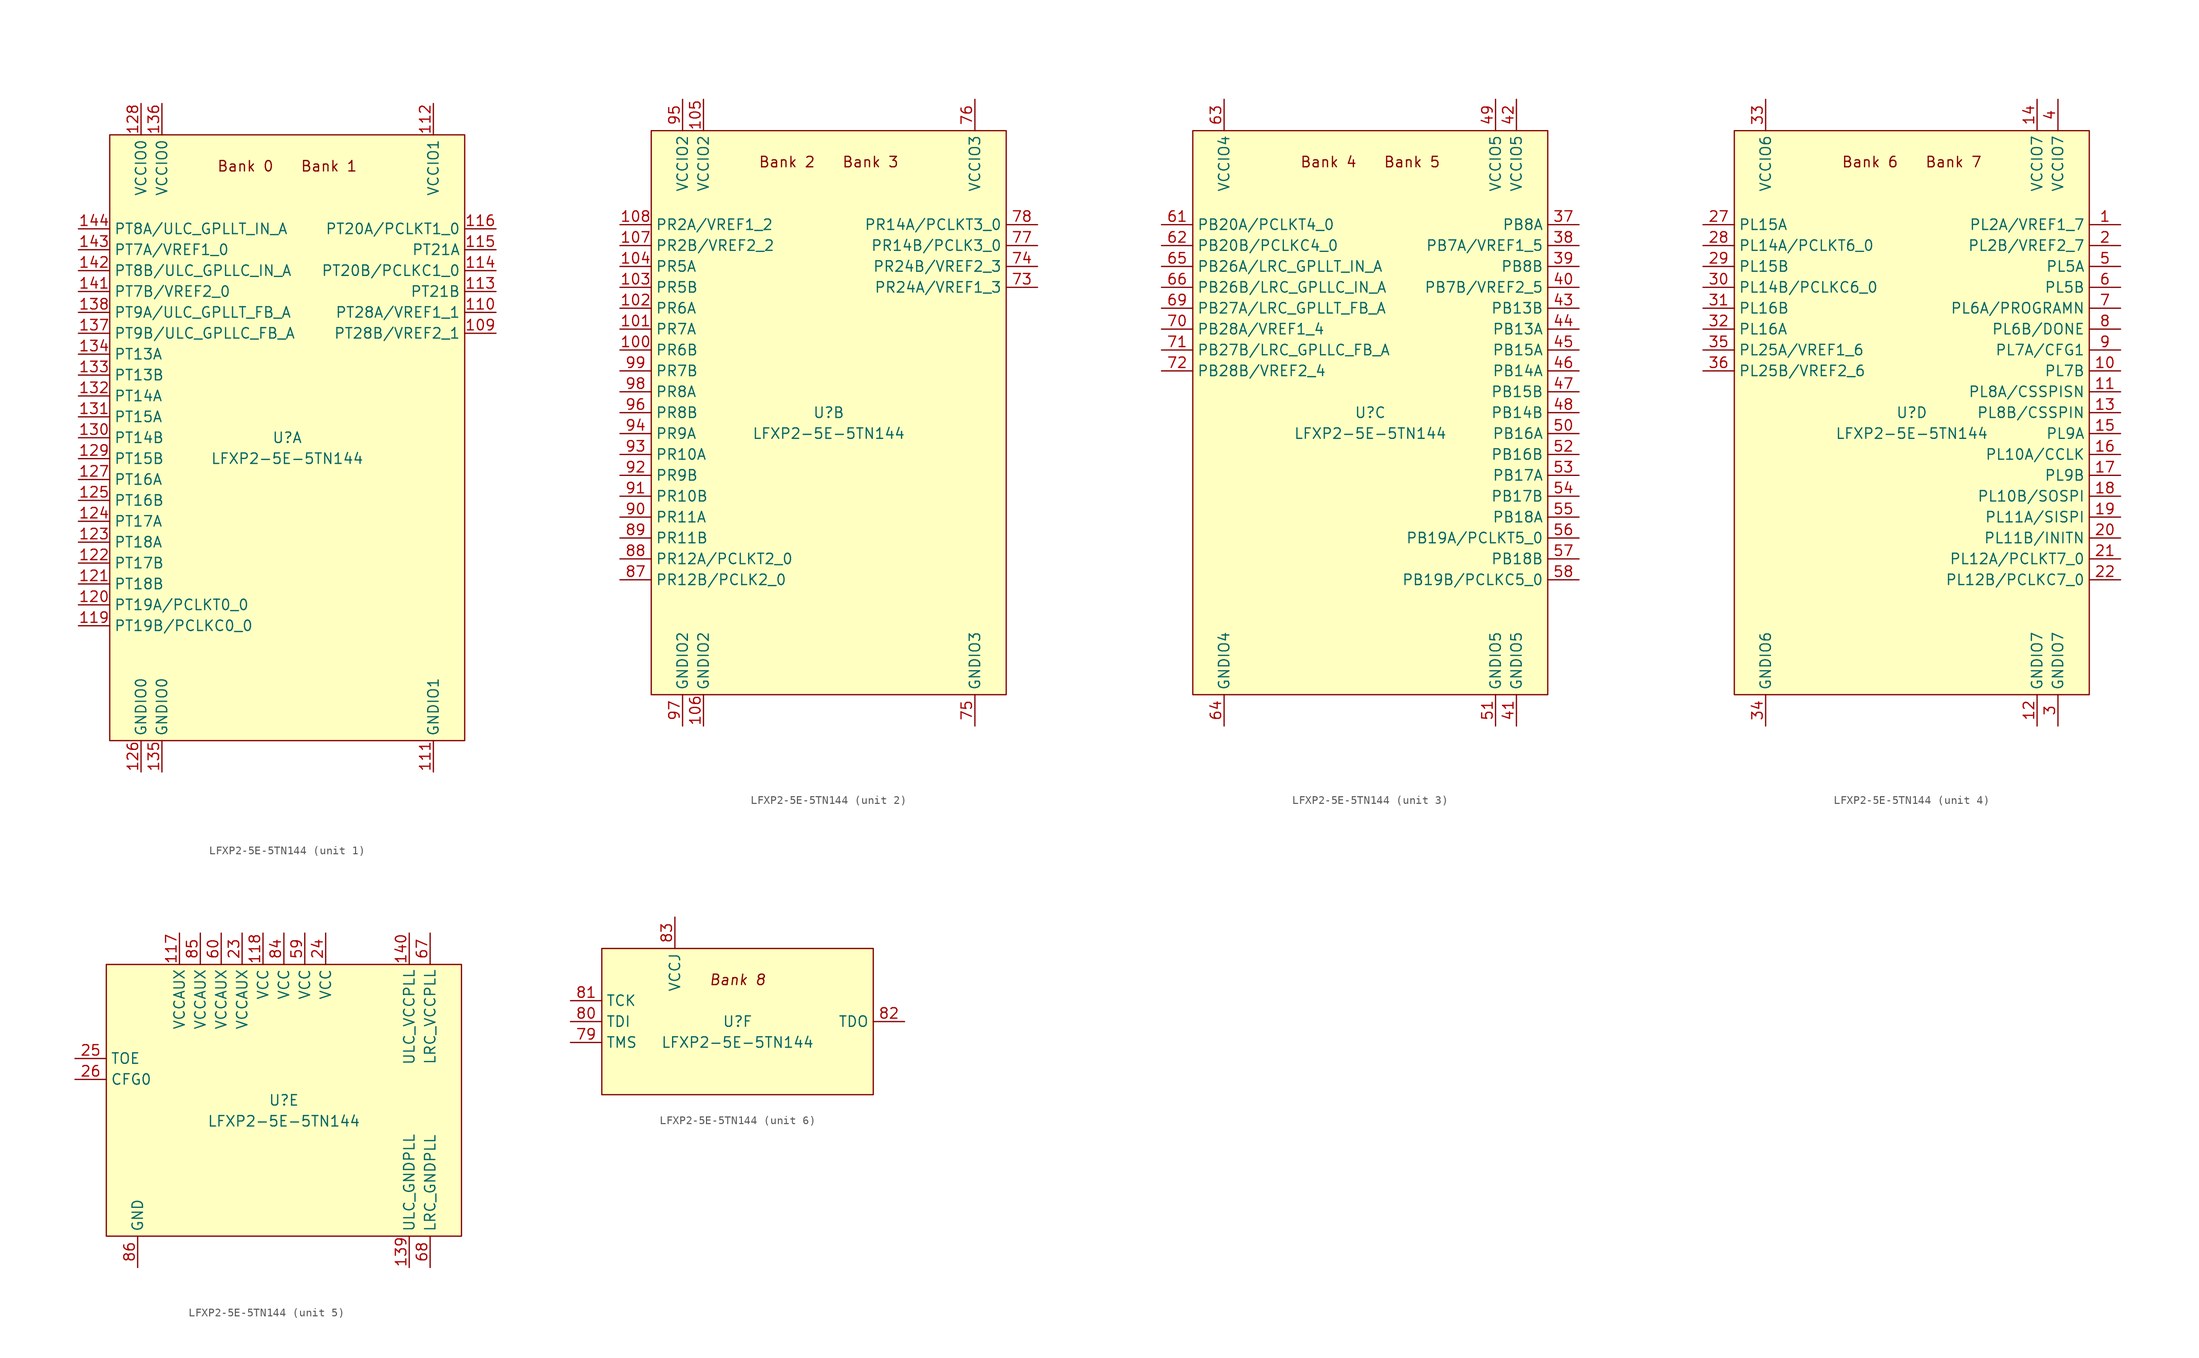
<source format=kicad_sym>
(kicad_symbol_lib
  (version 20220914)
  (generator kicad_symbol_editor)
  (symbol "LFXP2-5E-5TN144"
    (property "Reference" "U"
      (at 0 0 0)
      (effects (font (size 1.27 1.27))))
    (property "Value" "LFXP2-5E-5TN144"
      (at 0 -2.54 0)
      (effects (font (size 1.27 1.27))))
    (property "ki_locked" ""
      (at 0 0 0)
      (effects (font (size 1.27 1.27))))
    (symbol "LFXP2-5E-5TN144_1_0"
      (text "Bank 0" (at -5.08 33.02 0) (effects (font (size 1.27 1.27))))
      (text "Bank 1" (at 5.08 33.02 0) (effects (font (size 1.27 1.27)))))
    (symbol "LFXP2-5E-5TN144_1_1"
      (rectangle (start -21.59 36.83) (end 21.59 -36.83) (stroke (width 0) (type default)) (fill (type background)))
      (pin bidirectional line (at 25.4 12.7 180) (length 3.81) (name "PT28B/VREF2_1" (effects (font (size 1.27 1.27)))) (number "109" (effects (font (size 1.27 1.27)))))
      (pin bidirectional line (at 25.4 15.24 180) (length 3.81) (name "PT28A/VREF1_1" (effects (font (size 1.27 1.27)))) (number "110" (effects (font (size 1.27 1.27)))))
      (pin power_in line (at 17.78 -40.64 90) (length 3.81) (name "GNDIO1" (effects (font (size 1.27 1.27)))) (number "111" (effects (font (size 1.27 1.27)))))
      (pin power_in line (at 17.78 40.64 270) (length 3.81) (name "VCCIO1" (effects (font (size 1.27 1.27)))) (number "112" (effects (font (size 1.27 1.27)))))
      (pin bidirectional line (at 25.4 17.78 180) (length 3.81) (name "PT21B" (effects (font (size 1.27 1.27)))) (number "113" (effects (font (size 1.27 1.27)))))
      (pin bidirectional line (at 25.4 20.32 180) (length 3.81) (name "PT20B/PCLKC1_0" (effects (font (size 1.27 1.27)))) (number "114" (effects (font (size 1.27 1.27)))))
      (pin bidirectional line (at 25.4 22.86 180) (length 3.81) (name "PT21A" (effects (font (size 1.27 1.27)))) (number "115" (effects (font (size 1.27 1.27)))))
      (pin bidirectional line (at 25.4 25.4 180) (length 3.81) (name "PT20A/PCLKT1_0" (effects (font (size 1.27 1.27)))) (number "116" (effects (font (size 1.27 1.27)))))
      (pin bidirectional line (at -25.4 -22.86 0) (length 3.81) (name "PT19B/PCLKC0_0" (effects (font (size 1.27 1.27)))) (number "119" (effects (font (size 1.27 1.27)))))
      (pin bidirectional line (at -25.4 -20.32 0) (length 3.81) (name "PT19A/PCLKT0_0" (effects (font (size 1.27 1.27)))) (number "120" (effects (font (size 1.27 1.27)))))
      (pin bidirectional line (at -25.4 -17.78 0) (length 3.81) (name "PT18B" (effects (font (size 1.27 1.27)))) (number "121" (effects (font (size 1.27 1.27)))))
      (pin bidirectional line (at -25.4 -15.24 0) (length 3.81) (name "PT17B" (effects (font (size 1.27 1.27)))) (number "122" (effects (font (size 1.27 1.27)))))
      (pin bidirectional line (at -25.4 -12.7 0) (length 3.81) (name "PT18A" (effects (font (size 1.27 1.27)))) (number "123" (effects (font (size 1.27 1.27)))))
      (pin bidirectional line (at -25.4 -10.16 0) (length 3.81) (name "PT17A" (effects (font (size 1.27 1.27)))) (number "124" (effects (font (size 1.27 1.27)))))
      (pin bidirectional line (at -25.4 -7.62 0) (length 3.81) (name "PT16B" (effects (font (size 1.27 1.27)))) (number "125" (effects (font (size 1.27 1.27)))))
      (pin power_in line (at -17.78 -40.64 90) (length 3.81) (name "GNDIO0" (effects (font (size 1.27 1.27)))) (number "126" (effects (font (size 1.27 1.27)))))
      (pin bidirectional line (at -25.4 -5.08 0) (length 3.81) (name "PT16A" (effects (font (size 1.27 1.27)))) (number "127" (effects (font (size 1.27 1.27)))))
      (pin power_in line (at -17.78 40.64 270) (length 3.81) (name "VCCIO0" (effects (font (size 1.27 1.27)))) (number "128" (effects (font (size 1.27 1.27)))))
      (pin bidirectional line (at -25.4 -2.54 0) (length 3.81) (name "PT15B" (effects (font (size 1.27 1.27)))) (number "129" (effects (font (size 1.27 1.27)))))
      (pin bidirectional line (at -25.4 0 0) (length 3.81) (name "PT14B" (effects (font (size 1.27 1.27)))) (number "130" (effects (font (size 1.27 1.27)))))
      (pin bidirectional line (at -25.4 2.54 0) (length 3.81) (name "PT15A" (effects (font (size 1.27 1.27)))) (number "131" (effects (font (size 1.27 1.27)))))
      (pin bidirectional line (at -25.4 5.08 0) (length 3.81) (name "PT14A" (effects (font (size 1.27 1.27)))) (number "132" (effects (font (size 1.27 1.27)))))
      (pin bidirectional line (at -25.4 7.62 0) (length 3.81) (name "PT13B" (effects (font (size 1.27 1.27)))) (number "133" (effects (font (size 1.27 1.27)))))
      (pin bidirectional line (at -25.4 10.16 0) (length 3.81) (name "PT13A" (effects (font (size 1.27 1.27)))) (number "134" (effects (font (size 1.27 1.27)))))
      (pin power_in line (at -15.24 -40.64 90) (length 3.81) (name "GNDIO0" (effects (font (size 1.27 1.27)))) (number "135" (effects (font (size 1.27 1.27)))))
      (pin power_in line (at -15.24 40.64 270) (length 3.81) (name "VCCIO0" (effects (font (size 1.27 1.27)))) (number "136" (effects (font (size 1.27 1.27)))))
      (pin bidirectional line (at -25.4 12.7 0) (length 3.81) (name "PT9B/ULC_GPLLC_FB_A" (effects (font (size 1.27 1.27)))) (number "137" (effects (font (size 1.27 1.27)))))
      (pin bidirectional line (at -25.4 15.24 0) (length 3.81) (name "PT9A/ULC_GPLLT_FB_A" (effects (font (size 1.27 1.27)))) (number "138" (effects (font (size 1.27 1.27)))))
      (pin bidirectional line (at -25.4 17.78 0) (length 3.81) (name "PT7B/VREF2_0" (effects (font (size 1.27 1.27)))) (number "141" (effects (font (size 1.27 1.27)))))
      (pin bidirectional line (at -25.4 20.32 0) (length 3.81) (name "PT8B/ULC_GPLLC_IN_A" (effects (font (size 1.27 1.27)))) (number "142" (effects (font (size 1.27 1.27)))))
      (pin bidirectional line (at -25.4 22.86 0) (length 3.81) (name "PT7A/VREF1_0" (effects (font (size 1.27 1.27)))) (number "143" (effects (font (size 1.27 1.27)))))
      (pin bidirectional line (at -25.4 25.4 0) (length 3.81) (name "PT8A/ULC_GPLLT_IN_A" (effects (font (size 1.27 1.27)))) (number "144" (effects (font (size 1.27 1.27))))))
    (symbol "LFXP2-5E-5TN144_2_0"
      (text "Bank 2" (at -5.08 30.48 0) (effects (font (size 1.27 1.27))))
      (text "Bank 3" (at 5.08 30.48 0) (effects (font (size 1.27 1.27)))))
    (symbol "LFXP2-5E-5TN144_2_1"
      (rectangle (start -21.59 34.29) (end 21.59 -34.29) (stroke (width 0) (type default)) (fill (type background)))
      (pin bidirectional line (at -25.4 7.62 0) (length 3.81) (name "PR6B" (effects (font (size 1.27 1.27)))) (number "100" (effects (font (size 1.27 1.27)))))
      (pin bidirectional line (at -25.4 10.16 0) (length 3.81) (name "PR7A" (effects (font (size 1.27 1.27)))) (number "101" (effects (font (size 1.27 1.27)))))
      (pin bidirectional line (at -25.4 12.7 0) (length 3.81) (name "PR6A" (effects (font (size 1.27 1.27)))) (number "102" (effects (font (size 1.27 1.27)))))
      (pin bidirectional line (at -25.4 15.24 0) (length 3.81) (name "PR5B" (effects (font (size 1.27 1.27)))) (number "103" (effects (font (size 1.27 1.27)))))
      (pin bidirectional line (at -25.4 17.78 0) (length 3.81) (name "PR5A" (effects (font (size 1.27 1.27)))) (number "104" (effects (font (size 1.27 1.27)))))
      (pin power_in line (at -15.24 38.1 270) (length 3.81) (name "VCCIO2" (effects (font (size 1.27 1.27)))) (number "105" (effects (font (size 1.27 1.27)))))
      (pin power_in line (at -15.24 -38.1 90) (length 3.81) (name "GNDIO2" (effects (font (size 1.27 1.27)))) (number "106" (effects (font (size 1.27 1.27)))))
      (pin bidirectional line (at -25.4 20.32 0) (length 3.81) (name "PR2B/VREF2_2" (effects (font (size 1.27 1.27)))) (number "107" (effects (font (size 1.27 1.27)))))
      (pin bidirectional line (at -25.4 22.86 0) (length 3.81) (name "PR2A/VREF1_2" (effects (font (size 1.27 1.27)))) (number "108" (effects (font (size 1.27 1.27)))))
      (pin bidirectional line (at 25.4 15.24 180) (length 3.81) (name "PR24A/VREF1_3" (effects (font (size 1.27 1.27)))) (number "73" (effects (font (size 1.27 1.27)))))
      (pin bidirectional line (at 25.4 17.78 180) (length 3.81) (name "PR24B/VREF2_3" (effects (font (size 1.27 1.27)))) (number "74" (effects (font (size 1.27 1.27)))))
      (pin power_in line (at 17.78 -38.1 90) (length 3.81) (name "GNDIO3" (effects (font (size 1.27 1.27)))) (number "75" (effects (font (size 1.27 1.27)))))
      (pin power_in line (at 17.78 38.1 270) (length 3.81) (name "VCCIO3" (effects (font (size 1.27 1.27)))) (number "76" (effects (font (size 1.27 1.27)))))
      (pin bidirectional line (at 25.4 20.32 180) (length 3.81) (name "PR14B/PCLK3_0" (effects (font (size 1.27 1.27)))) (number "77" (effects (font (size 1.27 1.27)))))
      (pin bidirectional line (at 25.4 22.86 180) (length 3.81) (name "PR14A/PCLKT3_0" (effects (font (size 1.27 1.27)))) (number "78" (effects (font (size 1.27 1.27)))))
      (pin bidirectional line (at -25.4 -20.32 0) (length 3.81) (name "PR12B/PCLK2_0" (effects (font (size 1.27 1.27)))) (number "87" (effects (font (size 1.27 1.27)))))
      (pin bidirectional line (at -25.4 -17.78 0) (length 3.81) (name "PR12A/PCLKT2_0" (effects (font (size 1.27 1.27)))) (number "88" (effects (font (size 1.27 1.27)))))
      (pin bidirectional line (at -25.4 -15.24 0) (length 3.81) (name "PR11B" (effects (font (size 1.27 1.27)))) (number "89" (effects (font (size 1.27 1.27)))))
      (pin bidirectional line (at -25.4 -12.7 0) (length 3.81) (name "PR11A" (effects (font (size 1.27 1.27)))) (number "90" (effects (font (size 1.27 1.27)))))
      (pin bidirectional line (at -25.4 -10.16 0) (length 3.81) (name "PR10B" (effects (font (size 1.27 1.27)))) (number "91" (effects (font (size 1.27 1.27)))))
      (pin bidirectional line (at -25.4 -7.62 0) (length 3.81) (name "PR9B" (effects (font (size 1.27 1.27)))) (number "92" (effects (font (size 1.27 1.27)))))
      (pin bidirectional line (at -25.4 -5.08 0) (length 3.81) (name "PR10A" (effects (font (size 1.27 1.27)))) (number "93" (effects (font (size 1.27 1.27)))))
      (pin bidirectional line (at -25.4 -2.54 0) (length 3.81) (name "PR9A" (effects (font (size 1.27 1.27)))) (number "94" (effects (font (size 1.27 1.27)))))
      (pin power_in line (at -17.78 38.1 270) (length 3.81) (name "VCCIO2" (effects (font (size 1.27 1.27)))) (number "95" (effects (font (size 1.27 1.27)))))
      (pin bidirectional line (at -25.4 0 0) (length 3.81) (name "PR8B" (effects (font (size 1.27 1.27)))) (number "96" (effects (font (size 1.27 1.27)))))
      (pin power_in line (at -17.78 -38.1 90) (length 3.81) (name "GNDIO2" (effects (font (size 1.27 1.27)))) (number "97" (effects (font (size 1.27 1.27)))))
      (pin bidirectional line (at -25.4 2.54 0) (length 3.81) (name "PR8A" (effects (font (size 1.27 1.27)))) (number "98" (effects (font (size 1.27 1.27)))))
      (pin bidirectional line (at -25.4 5.08 0) (length 3.81) (name "PR7B" (effects (font (size 1.27 1.27)))) (number "99" (effects (font (size 1.27 1.27))))))
    (symbol "LFXP2-5E-5TN144_3_0"
      (text "Bank 4" (at -5.08 30.48 0) (effects (font (size 1.27 1.27))))
      (text "Bank 5" (at 5.08 30.48 0) (effects (font (size 1.27 1.27)))))
    (symbol "LFXP2-5E-5TN144_3_1"
      (rectangle (start -21.59 34.29) (end 21.59 -34.29) (stroke (width 0) (type default)) (fill (type background)))
      (pin bidirectional line (at 25.4 22.86 180) (length 3.81) (name "PB8A" (effects (font (size 1.27 1.27)))) (number "37" (effects (font (size 1.27 1.27)))))
      (pin bidirectional line (at 25.4 20.32 180) (length 3.81) (name "PB7A/VREF1_5" (effects (font (size 1.27 1.27)))) (number "38" (effects (font (size 1.27 1.27)))))
      (pin bidirectional line (at 25.4 17.78 180) (length 3.81) (name "PB8B" (effects (font (size 1.27 1.27)))) (number "39" (effects (font (size 1.27 1.27)))))
      (pin bidirectional line (at 25.4 15.24 180) (length 3.81) (name "PB7B/VREF2_5" (effects (font (size 1.27 1.27)))) (number "40" (effects (font (size 1.27 1.27)))))
      (pin power_in line (at 17.78 -38.1 90) (length 3.81) (name "GNDIO5" (effects (font (size 1.27 1.27)))) (number "41" (effects (font (size 1.27 1.27)))))
      (pin power_in line (at 17.78 38.1 270) (length 3.81) (name "VCCIO5" (effects (font (size 1.27 1.27)))) (number "42" (effects (font (size 1.27 1.27)))))
      (pin bidirectional line (at 25.4 12.7 180) (length 3.81) (name "PB13B" (effects (font (size 1.27 1.27)))) (number "43" (effects (font (size 1.27 1.27)))))
      (pin bidirectional line (at 25.4 10.16 180) (length 3.81) (name "PB13A" (effects (font (size 1.27 1.27)))) (number "44" (effects (font (size 1.27 1.27)))))
      (pin bidirectional line (at 25.4 7.62 180) (length 3.81) (name "PB15A" (effects (font (size 1.27 1.27)))) (number "45" (effects (font (size 1.27 1.27)))))
      (pin bidirectional line (at 25.4 5.08 180) (length 3.81) (name "PB14A" (effects (font (size 1.27 1.27)))) (number "46" (effects (font (size 1.27 1.27)))))
      (pin bidirectional line (at 25.4 2.54 180) (length 3.81) (name "PB15B" (effects (font (size 1.27 1.27)))) (number "47" (effects (font (size 1.27 1.27)))))
      (pin bidirectional line (at 25.4 0 180) (length 3.81) (name "PB14B" (effects (font (size 1.27 1.27)))) (number "48" (effects (font (size 1.27 1.27)))))
      (pin power_in line (at 15.24 38.1 270) (length 3.81) (name "VCCIO5" (effects (font (size 1.27 1.27)))) (number "49" (effects (font (size 1.27 1.27)))))
      (pin bidirectional line (at 25.4 -2.54 180) (length 3.81) (name "PB16A" (effects (font (size 1.27 1.27)))) (number "50" (effects (font (size 1.27 1.27)))))
      (pin power_in line (at 15.24 -38.1 90) (length 3.81) (name "GNDIO5" (effects (font (size 1.27 1.27)))) (number "51" (effects (font (size 1.27 1.27)))))
      (pin bidirectional line (at 25.4 -5.08 180) (length 3.81) (name "PB16B" (effects (font (size 1.27 1.27)))) (number "52" (effects (font (size 1.27 1.27)))))
      (pin bidirectional line (at 25.4 -7.62 180) (length 3.81) (name "PB17A" (effects (font (size 1.27 1.27)))) (number "53" (effects (font (size 1.27 1.27)))))
      (pin bidirectional line (at 25.4 -10.16 180) (length 3.81) (name "PB17B" (effects (font (size 1.27 1.27)))) (number "54" (effects (font (size 1.27 1.27)))))
      (pin bidirectional line (at 25.4 -12.7 180) (length 3.81) (name "PB18A" (effects (font (size 1.27 1.27)))) (number "55" (effects (font (size 1.27 1.27)))))
      (pin bidirectional line (at 25.4 -15.24 180) (length 3.81) (name "PB19A/PCLKT5_0" (effects (font (size 1.27 1.27)))) (number "56" (effects (font (size 1.27 1.27)))))
      (pin bidirectional line (at 25.4 -17.78 180) (length 3.81) (name "PB18B" (effects (font (size 1.27 1.27)))) (number "57" (effects (font (size 1.27 1.27)))))
      (pin bidirectional line (at 25.4 -20.32 180) (length 3.81) (name "PB19B/PCLKC5_0" (effects (font (size 1.27 1.27)))) (number "58" (effects (font (size 1.27 1.27)))))
      (pin bidirectional line (at -25.4 22.86 0) (length 3.81) (name "PB20A/PCLKT4_0" (effects (font (size 1.27 1.27)))) (number "61" (effects (font (size 1.27 1.27)))))
      (pin bidirectional line (at -25.4 20.32 0) (length 3.81) (name "PB20B/PCLKC4_0" (effects (font (size 1.27 1.27)))) (number "62" (effects (font (size 1.27 1.27)))))
      (pin power_in line (at -17.78 38.1 270) (length 3.81) (name "VCCIO4" (effects (font (size 1.27 1.27)))) (number "63" (effects (font (size 1.27 1.27)))))
      (pin power_in line (at -17.78 -38.1 90) (length 3.81) (name "GNDIO4" (effects (font (size 1.27 1.27)))) (number "64" (effects (font (size 1.27 1.27)))))
      (pin bidirectional line (at -25.4 17.78 0) (length 3.81) (name "PB26A/LRC_GPLLT_IN_A" (effects (font (size 1.27 1.27)))) (number "65" (effects (font (size 1.27 1.27)))))
      (pin bidirectional line (at -25.4 15.24 0) (length 3.81) (name "PB26B/LRC_GPLLC_IN_A" (effects (font (size 1.27 1.27)))) (number "66" (effects (font (size 1.27 1.27)))))
      (pin bidirectional line (at -25.4 12.7 0) (length 3.81) (name "PB27A/LRC_GPLLT_FB_A" (effects (font (size 1.27 1.27)))) (number "69" (effects (font (size 1.27 1.27)))))
      (pin bidirectional line (at -25.4 10.16 0) (length 3.81) (name "PB28A/VREF1_4" (effects (font (size 1.27 1.27)))) (number "70" (effects (font (size 1.27 1.27)))))
      (pin bidirectional line (at -25.4 7.62 0) (length 3.81) (name "PB27B/LRC_GPLLC_FB_A" (effects (font (size 1.27 1.27)))) (number "71" (effects (font (size 1.27 1.27)))))
      (pin bidirectional line (at -25.4 5.08 0) (length 3.81) (name "PB28B/VREF2_4" (effects (font (size 1.27 1.27)))) (number "72" (effects (font (size 1.27 1.27))))))
    (symbol "LFXP2-5E-5TN144_4_0"
      (text "Bank 6" (at -5.08 30.48 0) (effects (font (size 1.27 1.27))))
      (text "Bank 7" (at 5.08 30.48 0) (effects (font (size 1.27 1.27)))))
    (symbol "LFXP2-5E-5TN144_4_1"
      (rectangle (start -21.59 34.29) (end 21.59 -34.29) (stroke (width 0) (type default)) (fill (type background)))
      (pin bidirectional line (at 25.4 22.86 180) (length 3.81) (name "PL2A/VREF1_7" (effects (font (size 1.27 1.27)))) (number "1" (effects (font (size 1.27 1.27)))))
      (pin bidirectional line (at 25.4 5.08 180) (length 3.81) (name "PL7B" (effects (font (size 1.27 1.27)))) (number "10" (effects (font (size 1.27 1.27)))))
      (pin bidirectional line (at 25.4 2.54 180) (length 3.81) (name "PL8A/CSSPISN" (effects (font (size 1.27 1.27)))) (number "11" (effects (font (size 1.27 1.27)))))
      (pin power_in line (at 15.24 -38.1 90) (length 3.81) (name "GNDIO7" (effects (font (size 1.27 1.27)))) (number "12" (effects (font (size 1.27 1.27)))))
      (pin bidirectional line (at 25.4 0 180) (length 3.81) (name "PL8B/CSSPIN" (effects (font (size 1.27 1.27)))) (number "13" (effects (font (size 1.27 1.27)))))
      (pin power_in line (at 15.24 38.1 270) (length 3.81) (name "VCCIO7" (effects (font (size 1.27 1.27)))) (number "14" (effects (font (size 1.27 1.27)))))
      (pin bidirectional line (at 25.4 -2.54 180) (length 3.81) (name "PL9A" (effects (font (size 1.27 1.27)))) (number "15" (effects (font (size 1.27 1.27)))))
      (pin bidirectional line (at 25.4 -5.08 180) (length 3.81) (name "PL10A/CCLK" (effects (font (size 1.27 1.27)))) (number "16" (effects (font (size 1.27 1.27)))))
      (pin bidirectional line (at 25.4 -7.62 180) (length 3.81) (name "PL9B" (effects (font (size 1.27 1.27)))) (number "17" (effects (font (size 1.27 1.27)))))
      (pin bidirectional line (at 25.4 -10.16 180) (length 3.81) (name "PL10B/SOSPI" (effects (font (size 1.27 1.27)))) (number "18" (effects (font (size 1.27 1.27)))))
      (pin bidirectional line (at 25.4 -12.7 180) (length 3.81) (name "PL11A/SISPI" (effects (font (size 1.27 1.27)))) (number "19" (effects (font (size 1.27 1.27)))))
      (pin bidirectional line (at 25.4 20.32 180) (length 3.81) (name "PL2B/VREF2_7" (effects (font (size 1.27 1.27)))) (number "2" (effects (font (size 1.27 1.27)))))
      (pin bidirectional line (at 25.4 -15.24 180) (length 3.81) (name "PL11B/INITN" (effects (font (size 1.27 1.27)))) (number "20" (effects (font (size 1.27 1.27)))))
      (pin bidirectional line (at 25.4 -17.78 180) (length 3.81) (name "PL12A/PCLKT7_0" (effects (font (size 1.27 1.27)))) (number "21" (effects (font (size 1.27 1.27)))))
      (pin bidirectional line (at 25.4 -20.32 180) (length 3.81) (name "PL12B/PCLKC7_0" (effects (font (size 1.27 1.27)))) (number "22" (effects (font (size 1.27 1.27)))))
      (pin bidirectional line (at -25.4 22.86 0) (length 3.81) (name "PL15A" (effects (font (size 1.27 1.27)))) (number "27" (effects (font (size 1.27 1.27)))))
      (pin bidirectional line (at -25.4 20.32 0) (length 3.81) (name "PL14A/PCLKT6_0" (effects (font (size 1.27 1.27)))) (number "28" (effects (font (size 1.27 1.27)))))
      (pin bidirectional line (at -25.4 17.78 0) (length 3.81) (name "PL15B" (effects (font (size 1.27 1.27)))) (number "29" (effects (font (size 1.27 1.27)))))
      (pin power_in line (at 17.78 -38.1 90) (length 3.81) (name "GNDIO7" (effects (font (size 1.27 1.27)))) (number "3" (effects (font (size 1.27 1.27)))))
      (pin bidirectional line (at -25.4 15.24 0) (length 3.81) (name "PL14B/PCLKC6_0" (effects (font (size 1.27 1.27)))) (number "30" (effects (font (size 1.27 1.27)))))
      (pin bidirectional line (at -25.4 12.7 0) (length 3.81) (name "PL16B" (effects (font (size 1.27 1.27)))) (number "31" (effects (font (size 1.27 1.27)))))
      (pin bidirectional line (at -25.4 10.16 0) (length 3.81) (name "PL16A" (effects (font (size 1.27 1.27)))) (number "32" (effects (font (size 1.27 1.27)))))
      (pin power_in line (at -17.78 38.1 270) (length 3.81) (name "VCCIO6" (effects (font (size 1.27 1.27)))) (number "33" (effects (font (size 1.27 1.27)))))
      (pin power_in line (at -17.78 -38.1 90) (length 3.81) (name "GNDIO6" (effects (font (size 1.27 1.27)))) (number "34" (effects (font (size 1.27 1.27)))))
      (pin bidirectional line (at -25.4 7.62 0) (length 3.81) (name "PL25A/VREF1_6" (effects (font (size 1.27 1.27)))) (number "35" (effects (font (size 1.27 1.27)))))
      (pin bidirectional line (at -25.4 5.08 0) (length 3.81) (name "PL25B/VREF2_6" (effects (font (size 1.27 1.27)))) (number "36" (effects (font (size 1.27 1.27)))))
      (pin power_in line (at 17.78 38.1 270) (length 3.81) (name "VCCIO7" (effects (font (size 1.27 1.27)))) (number "4" (effects (font (size 1.27 1.27)))))
      (pin bidirectional line (at 25.4 17.78 180) (length 3.81) (name "PL5A" (effects (font (size 1.27 1.27)))) (number "5" (effects (font (size 1.27 1.27)))))
      (pin bidirectional line (at 25.4 15.24 180) (length 3.81) (name "PL5B" (effects (font (size 1.27 1.27)))) (number "6" (effects (font (size 1.27 1.27)))))
      (pin bidirectional line (at 25.4 12.7 180) (length 3.81) (name "PL6A/PROGRAMN" (effects (font (size 1.27 1.27)))) (number "7" (effects (font (size 1.27 1.27)))))
      (pin bidirectional line (at 25.4 10.16 180) (length 3.81) (name "PL6B/DONE" (effects (font (size 1.27 1.27)))) (number "8" (effects (font (size 1.27 1.27)))))
      (pin bidirectional line (at 25.4 7.62 180) (length 3.81) (name "PL7A/CFG1" (effects (font (size 1.27 1.27)))) (number "9" (effects (font (size 1.27 1.27))))))
    (symbol "LFXP2-5E-5TN144_5_1"
      (rectangle (start -21.59 16.51) (end 21.59 -16.51) (stroke (width 0) (type default)) (fill (type background)))
      (pin power_in line (at -12.7 20.32 270) (length 3.81) (name "VCCAUX" (effects (font (size 1.27 1.27)))) (number "117" (effects (font (size 1.27 1.27)))))
      (pin power_in line (at -2.54 20.32 270) (length 3.81) (name "VCC" (effects (font (size 1.27 1.27)))) (number "118" (effects (font (size 1.27 1.27)))))
      (pin power_in line (at 15.24 -20.32 90) (length 3.81) (name "ULC_GNDPLL" (effects (font (size 1.27 1.27)))) (number "139" (effects (font (size 1.27 1.27)))))
      (pin power_in line (at 15.24 20.32 270) (length 3.81) (name "ULC_VCCPLL" (effects (font (size 1.27 1.27)))) (number "140" (effects (font (size 1.27 1.27)))))
      (pin power_in line (at -5.08 20.32 270) (length 3.81) (name "VCCAUX" (effects (font (size 1.27 1.27)))) (number "23" (effects (font (size 1.27 1.27)))))
      (pin power_in line (at 5.08 20.32 270) (length 3.81) (name "VCC" (effects (font (size 1.27 1.27)))) (number "24" (effects (font (size 1.27 1.27)))))
      (pin input line (at -25.4 5.08 0) (length 3.81) (name "TOE" (effects (font (size 1.27 1.27)))) (number "25" (effects (font (size 1.27 1.27)))))
      (pin input line (at -25.4 2.54 0) (length 3.81) (name "CFG0" (effects (font (size 1.27 1.27)))) (number "26" (effects (font (size 1.27 1.27)))))
      (pin power_in line (at 2.54 20.32 270) (length 3.81) (name "VCC" (effects (font (size 1.27 1.27)))) (number "59" (effects (font (size 1.27 1.27)))))
      (pin power_in line (at -7.62 20.32 270) (length 3.81) (name "VCCAUX" (effects (font (size 1.27 1.27)))) (number "60" (effects (font (size 1.27 1.27)))))
      (pin power_in line (at 17.78 20.32 270) (length 3.81) (name "LRC_VCCPLL" (effects (font (size 1.27 1.27)))) (number "67" (effects (font (size 1.27 1.27)))))
      (pin power_in line (at 17.78 -20.32 90) (length 3.81) (name "LRC_GNDPLL" (effects (font (size 1.27 1.27)))) (number "68" (effects (font (size 1.27 1.27)))))
      (pin power_in line (at 0 20.32 270) (length 3.81) (name "VCC" (effects (font (size 1.27 1.27)))) (number "84" (effects (font (size 1.27 1.27)))))
      (pin power_in line (at -10.16 20.32 270) (length 3.81) (name "VCCAUX" (effects (font (size 1.27 1.27)))) (number "85" (effects (font (size 1.27 1.27)))))
      (pin power_in line (at -17.78 -20.32 90) (length 3.81) (name "GND" (effects (font (size 1.27 1.27)))) (number "86" (effects (font (size 1.27 1.27))))))
    (symbol "LFXP2-5E-5TN144_6_0"
      (rectangle (start -16.51 8.89) (end 16.51 -8.89) (stroke (width 0) (type default)) (fill (type background)))
      (text "Bank 8" (at 0 5.08 0) (effects (font (size 1.27 1.27) italic))))
    (symbol "LFXP2-5E-5TN144_6_1"
      (pin input line (at -20.32 -2.54 0) (length 3.81) (name "TMS" (effects (font (size 1.27 1.27)))) (number "79" (effects (font (size 1.27 1.27)))))
      (pin input line (at -20.32 0 0) (length 3.81) (name "TDI" (effects (font (size 1.27 1.27)))) (number "80" (effects (font (size 1.27 1.27)))))
      (pin input line (at -20.32 2.54 0) (length 3.81) (name "TCK" (effects (font (size 1.27 1.27)))) (number "81" (effects (font (size 1.27 1.27)))))
      (pin output line (at 20.32 0 180) (length 3.81) (name "TDO" (effects (font (size 1.27 1.27)))) (number "82" (effects (font (size 1.27 1.27)))))
      (pin power_in line (at -7.62 12.7 270) (length 3.81) (name "VCCJ" (effects (font (size 1.27 1.27)))) (number "83" (effects (font (size 1.27 1.27))))))))
</source>
